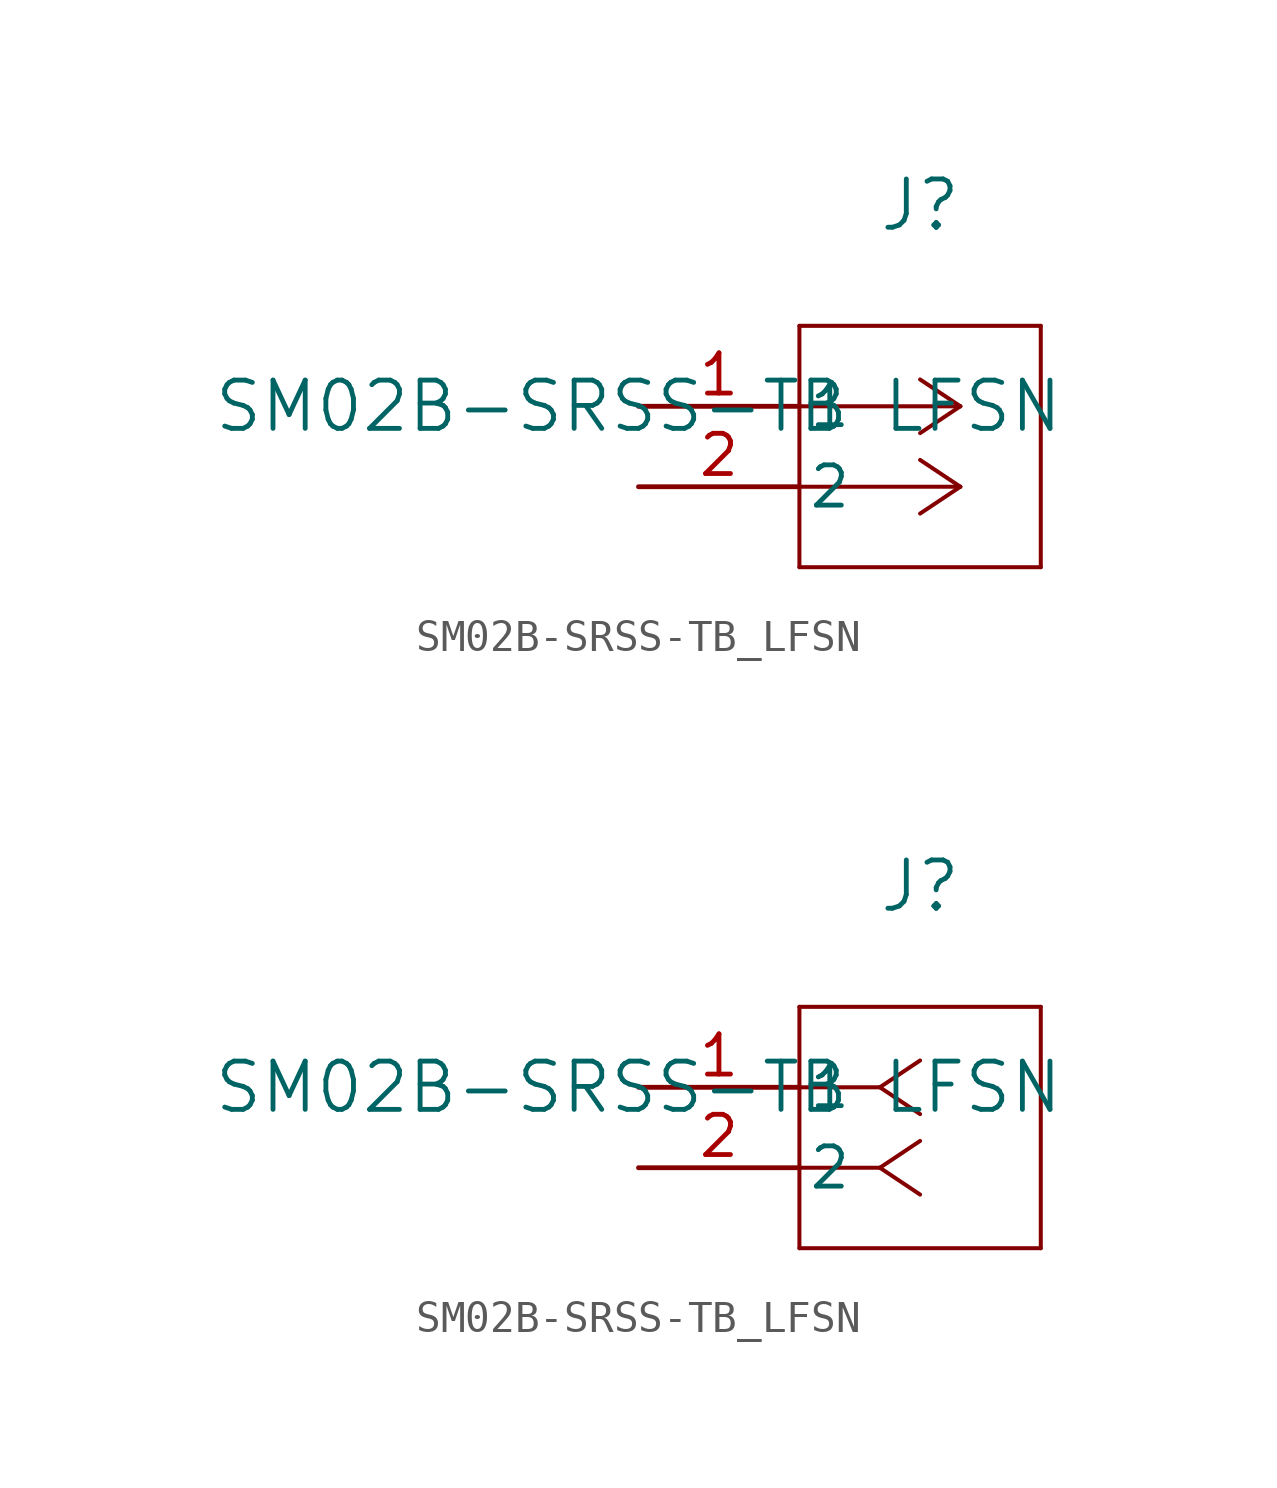
<source format=kicad_sym>
(kicad_symbol_lib
  (version 20211014)
  (generator kicad_symbol_editor)
  (symbol "SM02B-SRSS-TB_LFSN"
    (pin_names
      (offset 0.254))
    (property "Reference" "J"
      (at 8.89 6.35 0)
      (effects (font (size 1.524 1.524))))
    (property "Value" "SM02B-SRSS-TB LFSN"
      (at 0 0 0)
      (effects (font (size 1.524 1.524))))
    (symbol "SM02B-SRSS-TB_LFSN_1_1"
      (polyline (pts (xy 10.16 0) (xy 5.08 0)) (stroke (width 0.127) (type default) (color 0 0 0 0)) (fill (type none)))
      (polyline (pts (xy 10.16 -2.54) (xy 5.08 -2.54)) (stroke (width 0.127) (type default) (color 0 0 0 0)) (fill (type none)))
      (polyline (pts (xy 10.16 0) (xy 8.89 0.847)) (stroke (width 0.127) (type default) (color 0 0 0 0)) (fill (type none)))
      (polyline (pts (xy 10.16 -2.54) (xy 8.89 -1.693)) (stroke (width 0.127) (type default) (color 0 0 0 0)) (fill (type none)))
      (polyline (pts (xy 10.16 0) (xy 8.89 -0.847)) (stroke (width 0.127) (type default) (color 0 0 0 0)) (fill (type none)))
      (polyline (pts (xy 10.16 -2.54) (xy 8.89 -3.387)) (stroke (width 0.127) (type default) (color 0 0 0 0)) (fill (type none)))
      (polyline (pts (xy 5.08 2.54) (xy 5.08 -5.08)) (stroke (width 0.127) (type default) (color 0 0 0 0)) (fill (type none)))
      (polyline (pts (xy 5.08 -5.08) (xy 12.7 -5.08)) (stroke (width 0.127) (type default) (color 0 0 0 0)) (fill (type none)))
      (polyline (pts (xy 12.7 -5.08) (xy 12.7 2.54)) (stroke (width 0.127) (type default) (color 0 0 0 0)) (fill (type none)))
      (polyline (pts (xy 12.7 2.54) (xy 5.08 2.54)) (stroke (width 0.127) (type default) (color 0 0 0 0)) (fill (type none)))
      (pin unspecified line (at 0 0 0) (length 5.08) (name "1" (effects (font (size 1.27 1.27)))) (number "1" (effects (font (size 1.27 1.27)))))
      (pin unspecified line (at 0 -2.54 0) (length 5.08) (name "2" (effects (font (size 1.27 1.27)))) (number "2" (effects (font (size 1.27 1.27))))))
    (symbol "SM02B-SRSS-TB_LFSN_1_2"
      (polyline (pts (xy 7.62 0) (xy 5.08 0)) (stroke (width 0.127) (type default) (color 0 0 0 0)) (fill (type none)))
      (polyline (pts (xy 7.62 -2.54) (xy 5.08 -2.54)) (stroke (width 0.127) (type default) (color 0 0 0 0)) (fill (type none)))
      (polyline (pts (xy 7.62 0) (xy 8.89 0.847)) (stroke (width 0.127) (type default) (color 0 0 0 0)) (fill (type none)))
      (polyline (pts (xy 7.62 -2.54) (xy 8.89 -1.693)) (stroke (width 0.127) (type default) (color 0 0 0 0)) (fill (type none)))
      (polyline (pts (xy 7.62 0) (xy 8.89 -0.847)) (stroke (width 0.127) (type default) (color 0 0 0 0)) (fill (type none)))
      (polyline (pts (xy 7.62 -2.54) (xy 8.89 -3.387)) (stroke (width 0.127) (type default) (color 0 0 0 0)) (fill (type none)))
      (polyline (pts (xy 5.08 2.54) (xy 5.08 -5.08)) (stroke (width 0.127) (type default) (color 0 0 0 0)) (fill (type none)))
      (polyline (pts (xy 5.08 -5.08) (xy 12.7 -5.08)) (stroke (width 0.127) (type default) (color 0 0 0 0)) (fill (type none)))
      (polyline (pts (xy 12.7 -5.08) (xy 12.7 2.54)) (stroke (width 0.127) (type default) (color 0 0 0 0)) (fill (type none)))
      (polyline (pts (xy 12.7 2.54) (xy 5.08 2.54)) (stroke (width 0.127) (type default) (color 0 0 0 0)) (fill (type none)))
      (pin unspecified line (at 0 0 0) (length 5.08) (name "1" (effects (font (size 1.27 1.27)))) (number "1" (effects (font (size 1.27 1.27)))))
      (pin unspecified line (at 0 -2.54 0) (length 5.08) (name "2" (effects (font (size 1.27 1.27)))) (number "2" (effects (font (size 1.27 1.27))))))))
</source>
